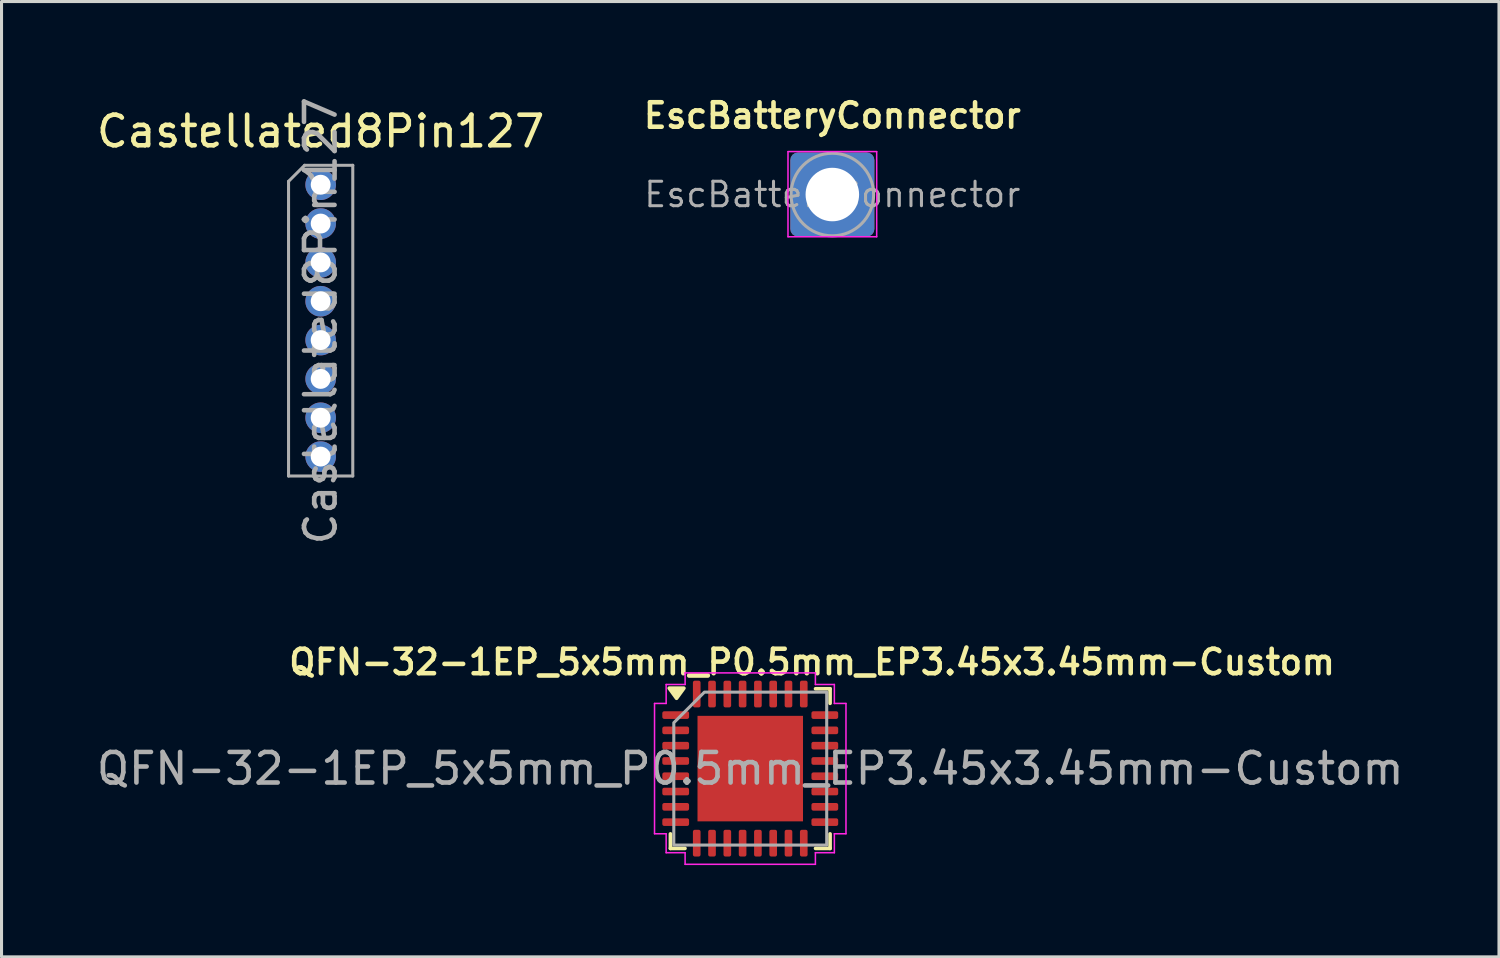
<source format=kicad_pcb>
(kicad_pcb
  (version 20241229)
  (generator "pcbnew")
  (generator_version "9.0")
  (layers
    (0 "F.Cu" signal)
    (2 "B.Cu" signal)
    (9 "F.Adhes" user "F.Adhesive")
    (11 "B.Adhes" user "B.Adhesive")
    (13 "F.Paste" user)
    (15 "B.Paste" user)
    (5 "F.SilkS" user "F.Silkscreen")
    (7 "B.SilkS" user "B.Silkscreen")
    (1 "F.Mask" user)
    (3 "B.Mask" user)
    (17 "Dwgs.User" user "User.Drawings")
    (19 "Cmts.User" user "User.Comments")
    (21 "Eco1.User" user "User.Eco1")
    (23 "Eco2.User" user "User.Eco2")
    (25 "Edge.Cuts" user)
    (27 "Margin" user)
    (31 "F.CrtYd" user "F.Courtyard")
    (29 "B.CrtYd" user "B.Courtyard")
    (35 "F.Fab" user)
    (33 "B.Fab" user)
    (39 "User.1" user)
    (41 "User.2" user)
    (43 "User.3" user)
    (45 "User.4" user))
  (footprint "EscBatteryConnector"
    (layer "F.Cu")
    (at 24.166 3.311)
    (property "Reference" "EscBatteryConnector" (at 0 -2.58 0) (layer "F.SilkS") (effects (font (size 0.8 0.8) (thickness 0.15))))
    (attr exclude_from_pos_files)
    (fp_line (start -1.45 -1.397) (end -1.45 1.38) (stroke (width 0.05) (type solid)) (layer "F.CrtYd"))
    (fp_line (start -1.45 1.38) (end 1.45 1.38) (stroke (width 0.05) (type solid)) (layer "F.CrtYd"))
    (fp_line (start 1.45 -1.405) (end -1.45 -1.405) (stroke (width 0.05) (type solid)) (layer "F.CrtYd"))
    (fp_line (start 1.45 1.38) (end 1.45 -1.4) (stroke (width 0.05) (type solid)) (layer "F.CrtYd"))
    (fp_circle (center 0 0) (end 1.35 0) (stroke (width 0.1) (type solid)) (fill no) (layer "F.Fab"))
    (fp_text user "${REFERENCE}" (at 0 0 0) (layer "F.Fab") (effects (font (size 0.8 0.8) (thickness 0.1))))
    (pad "1" thru_hole roundrect (at 0 0) (size 2.75 2.75) (drill 1.75) (layers "*.Cu" "*.Mask") (roundrect_rratio 0.091)))
  (footprint "Castellated8Pin127"
    (layer "F.Cu")
    (at 7.435 2.99)
    (property "Reference" "Castellated8Pin127" (at 0 -1.745 0) (layer "F.SilkS") (effects (font (size 1 1) (thickness 0.15))))
    (attr through_hole)
    (fp_line (start -1.05 -0.11) (end -0.525 -0.635) (stroke (width 0.1) (type solid)) (layer "F.Fab"))
    (fp_line (start -1.05 9.525) (end -1.05 -0.11) (stroke (width 0.1) (type solid)) (layer "F.Fab"))
    (fp_line (start -0.525 -0.635) (end 1.05 -0.635) (stroke (width 0.1) (type solid)) (layer "F.Fab"))
    (fp_line (start 1.05 -0.635) (end 1.05 9.525) (stroke (width 0.1) (type solid)) (layer "F.Fab"))
    (fp_line (start 1.05 9.525) (end -1.05 9.525) (stroke (width 0.1) (type solid)) (layer "F.Fab"))
    (fp_text user "${REFERENCE}" (at 0 4.445 90) (layer "F.Fab") (effects (font (size 1 1) (thickness 0.15))))
    (pad "1" thru_hole circle (at 0 0) (size 1 1) (drill 0.65) (property pad_prop_castellated) (layers "*.Cu" "*.Mask"))
    (pad "2" thru_hole circle (at 0 1.27) (size 1 1) (drill 0.65) (property pad_prop_castellated) (layers "*.Cu" "*.Mask"))
    (pad "3" thru_hole circle (at 0 2.54) (size 1 1) (drill 0.65) (property pad_prop_castellated) (layers "*.Cu" "*.Mask"))
    (pad "4" thru_hole circle (at 0 3.81) (size 1 1) (drill 0.65) (property pad_prop_castellated) (layers "*.Cu" "*.Mask"))
    (pad "5" thru_hole circle (at 0 5.08) (size 1 1) (drill 0.65) (property pad_prop_castellated) (layers "*.Cu" "*.Mask"))
    (pad "6" thru_hole circle (at 0 6.35) (size 1 1) (drill 0.65) (property pad_prop_castellated) (layers "*.Cu" "*.Mask"))
    (pad "7" thru_hole circle (at 0 7.62) (size 1 1) (drill 0.65) (property pad_prop_castellated) (layers "*.Cu" "*.Mask"))
    (pad "8" thru_hole circle (at 0 8.89) (size 1 1) (drill 0.65) (property pad_prop_castellated) (layers "*.Cu" "*.Mask")))
  (footprint "QFN-32-1EP_5x5mm_P0.5mm_EP3.45x3.45mm-Custom"
    (layer "F.Cu")
    (at 21.482 22.082)
    (property "Reference" "QFN-32-1EP_5x5mm_P0.5mm_EP3.45x3.45mm-Custom" (at 2.021 -3.482 0) (layer "F.SilkS") (effects (font (size 0.8 0.8) (thickness 0.15))))
    (attr smd)
    (fp_line (start -2.61 2.61) (end -2.61 2.135) (stroke (width 0.12) (type solid)) (layer "F.SilkS"))
    (fp_line (start -2.135 2.61) (end -2.61 2.61) (stroke (width 0.12) (type solid)) (layer "F.SilkS"))
    (fp_line (start 2.135 -2.61) (end 2.61 -2.61) (stroke (width 0.12) (type solid)) (layer "F.SilkS"))
    (fp_line (start 2.61 -2.61) (end 2.61 -2.135) (stroke (width 0.12) (type solid)) (layer "F.SilkS"))
    (fp_line (start 2.61 2.135) (end 2.61 2.61) (stroke (width 0.12) (type solid)) (layer "F.SilkS"))
    (fp_line (start 2.61 2.61) (end 2.135 2.61) (stroke (width 0.12) (type solid)) (layer "F.SilkS"))
    (fp_poly (pts (xy -2.41 -2.3) (xy -2.65 -2.63) (xy -2.17 -2.63)) (stroke (width 0.12) (type solid)) (fill yes) (layer "F.SilkS"))
    (fp_line (start -3.13 -2.13) (end -2.75 -2.13) (stroke (width 0.05) (type solid)) (layer "F.CrtYd"))
    (fp_line (start -3.13 2.13) (end -3.13 -2.13) (stroke (width 0.05) (type solid)) (layer "F.CrtYd"))
    (fp_line (start -2.75 -2.75) (end -2.13 -2.75) (stroke (width 0.05) (type solid)) (layer "F.CrtYd"))
    (fp_line (start -2.75 -2.13) (end -2.75 -2.75) (stroke (width 0.05) (type solid)) (layer "F.CrtYd"))
    (fp_line (start -2.75 2.13) (end -3.13 2.13) (stroke (width 0.05) (type solid)) (layer "F.CrtYd"))
    (fp_line (start -2.75 2.75) (end -2.75 2.13) (stroke (width 0.05) (type solid)) (layer "F.CrtYd"))
    (fp_line (start -2.13 -3.13) (end 2.13 -3.13) (stroke (width 0.05) (type solid)) (layer "F.CrtYd"))
    (fp_line (start -2.13 -2.75) (end -2.13 -3.13) (stroke (width 0.05) (type solid)) (layer "F.CrtYd"))
    (fp_line (start -2.13 2.75) (end -2.75 2.75) (stroke (width 0.05) (type solid)) (layer "F.CrtYd"))
    (fp_line (start -2.13 3.13) (end -2.13 2.75) (stroke (width 0.05) (type solid)) (layer "F.CrtYd"))
    (fp_line (start 2.13 -3.13) (end 2.13 -2.75) (stroke (width 0.05) (type solid)) (layer "F.CrtYd"))
    (fp_line (start 2.13 -2.75) (end 2.75 -2.75) (stroke (width 0.05) (type solid)) (layer "F.CrtYd"))
    (fp_line (start 2.13 2.75) (end 2.13 3.13) (stroke (width 0.05) (type solid)) (layer "F.CrtYd"))
    (fp_line (start 2.13 3.13) (end -2.13 3.13) (stroke (width 0.05) (type solid)) (layer "F.CrtYd"))
    (fp_line (start 2.75 -2.75) (end 2.75 -2.13) (stroke (width 0.05) (type solid)) (layer "F.CrtYd"))
    (fp_line (start 2.75 -2.13) (end 3.13 -2.13) (stroke (width 0.05) (type solid)) (layer "F.CrtYd"))
    (fp_line (start 2.75 2.13) (end 2.75 2.75) (stroke (width 0.05) (type solid)) (layer "F.CrtYd"))
    (fp_line (start 2.75 2.75) (end 2.13 2.75) (stroke (width 0.05) (type solid)) (layer "F.CrtYd"))
    (fp_line (start 3.13 -2.13) (end 3.13 2.13) (stroke (width 0.05) (type solid)) (layer "F.CrtYd"))
    (fp_line (start 3.13 2.13) (end 2.75 2.13) (stroke (width 0.05) (type solid)) (layer "F.CrtYd"))
    (fp_poly (pts (xy -2.5 -1.5) (xy -2.5 2.5) (xy 2.5 2.5) (xy 2.5 -2.5) (xy -1.5 -2.5)) (stroke (width 0.1) (type solid)) (fill no) (layer "F.Fab"))
    (fp_text user "${REFERENCE}" (at 0 0 0) (layer "F.Fab") (effects (font (size 1 1) (thickness 0.15))))
    (pad "" smd roundrect (at -1.15 -1.15) (size 0.93 0.93) (layers "F.Paste") (roundrect_rratio 0.25))
    (pad "" smd roundrect (at -1.15 0) (size 0.93 0.93) (layers "F.Paste") (roundrect_rratio 0.25))
    (pad "" smd roundrect (at -1.15 1.15) (size 0.93 0.93) (layers "F.Paste") (roundrect_rratio 0.25))
    (pad "" smd roundrect (at 0 -1.15) (size 0.93 0.93) (layers "F.Paste") (roundrect_rratio 0.25))
    (pad "" smd roundrect (at 0 0) (size 0.93 0.93) (layers "F.Paste") (roundrect_rratio 0.25))
    (pad "" smd roundrect (at 0 1.15) (size 0.93 0.93) (layers "F.Paste") (roundrect_rratio 0.25))
    (pad "" smd roundrect (at 1.15 -1.15) (size 0.93 0.93) (layers "F.Paste") (roundrect_rratio 0.25))
    (pad "" smd roundrect (at 1.15 0) (size 0.93 0.93) (layers "F.Paste") (roundrect_rratio 0.25))
    (pad "" smd roundrect (at 1.15 1.15) (size 0.93 0.93) (layers "F.Paste") (roundrect_rratio 0.25))
    (pad "1" smd roundrect (at -2.438 -1.75) (size 0.875 0.25) (layers "F.Cu" "F.Mask" "F.Paste") (roundrect_rratio 0.25))
    (pad "2" smd roundrect (at -2.438 -1.25) (size 0.875 0.25) (layers "F.Cu" "F.Mask" "F.Paste") (roundrect_rratio 0.25))
    (pad "3" smd roundrect (at -2.438 -0.75) (size 0.875 0.25) (layers "F.Cu" "F.Mask" "F.Paste") (roundrect_rratio 0.25))
    (pad "4" smd roundrect (at -2.438 -0.25) (size 0.875 0.25) (layers "F.Cu" "F.Mask" "F.Paste") (roundrect_rratio 0.25))
    (pad "5" smd roundrect (at -2.438 0.25) (size 0.875 0.25) (layers "F.Cu" "F.Mask" "F.Paste") (roundrect_rratio 0.25))
    (pad "6" smd roundrect (at -2.438 0.75) (size 0.875 0.25) (layers "F.Cu" "F.Mask" "F.Paste") (roundrect_rratio 0.25))
    (pad "7" smd roundrect (at -2.438 1.25) (size 0.875 0.25) (layers "F.Cu" "F.Mask" "F.Paste") (roundrect_rratio 0.25))
    (pad "8" smd roundrect (at -2.438 1.75) (size 0.875 0.25) (layers "F.Cu" "F.Mask" "F.Paste") (roundrect_rratio 0.25))
    (pad "9" smd roundrect (at -1.75 2.438) (size 0.25 0.875) (layers "F.Cu" "F.Mask" "F.Paste") (roundrect_rratio 0.25))
    (pad "10" smd roundrect (at -1.25 2.438) (size 0.25 0.875) (layers "F.Cu" "F.Mask" "F.Paste") (roundrect_rratio 0.25))
    (pad "11" smd roundrect (at -0.75 2.438) (size 0.25 0.875) (layers "F.Cu" "F.Mask" "F.Paste") (roundrect_rratio 0.25))
    (pad "12" smd roundrect (at -0.25 2.438) (size 0.25 0.875) (layers "F.Cu" "F.Mask" "F.Paste") (roundrect_rratio 0.25))
    (pad "13" smd roundrect (at 0.25 2.438) (size 0.25 0.875) (layers "F.Cu" "F.Mask" "F.Paste") (roundrect_rratio 0.25))
    (pad "14" smd roundrect (at 0.75 2.438) (size 0.25 0.875) (layers "F.Cu" "F.Mask" "F.Paste") (roundrect_rratio 0.25))
    (pad "15" smd roundrect (at 1.25 2.438) (size 0.25 0.875) (layers "F.Cu" "F.Mask" "F.Paste") (roundrect_rratio 0.25))
    (pad "16" smd roundrect (at 1.75 2.438) (size 0.25 0.875) (layers "F.Cu" "F.Mask" "F.Paste") (roundrect_rratio 0.25))
    (pad "17" smd roundrect (at 2.438 1.75) (size 0.875 0.25) (layers "F.Cu" "F.Mask" "F.Paste") (roundrect_rratio 0.25))
    (pad "18" smd roundrect (at 2.438 1.25) (size 0.875 0.25) (layers "F.Cu" "F.Mask" "F.Paste") (roundrect_rratio 0.25))
    (pad "19" smd roundrect (at 2.438 0.75) (size 0.875 0.25) (layers "F.Cu" "F.Mask" "F.Paste") (roundrect_rratio 0.25))
    (pad "20" smd roundrect (at 2.438 0.25) (size 0.875 0.25) (layers "F.Cu" "F.Mask" "F.Paste") (roundrect_rratio 0.25))
    (pad "21" smd roundrect (at 2.438 -0.25) (size 0.875 0.25) (layers "F.Cu" "F.Mask" "F.Paste") (roundrect_rratio 0.25))
    (pad "22" smd roundrect (at 2.438 -0.75) (size 0.875 0.25) (layers "F.Cu" "F.Mask" "F.Paste") (roundrect_rratio 0.25))
    (pad "23" smd roundrect (at 2.438 -1.25) (size 0.875 0.25) (layers "F.Cu" "F.Mask" "F.Paste") (roundrect_rratio 0.25))
    (pad "24" smd roundrect (at 2.438 -1.75) (size 0.875 0.25) (layers "F.Cu" "F.Mask" "F.Paste") (roundrect_rratio 0.25))
    (pad "25" smd roundrect (at 1.75 -2.438) (size 0.25 0.875) (layers "F.Cu" "F.Mask" "F.Paste") (roundrect_rratio 0.25))
    (pad "26" smd roundrect (at 1.25 -2.438) (size 0.25 0.875) (layers "F.Cu" "F.Mask" "F.Paste") (roundrect_rratio 0.25))
    (pad "27" smd roundrect (at 0.75 -2.438) (size 0.25 0.875) (layers "F.Cu" "F.Mask" "F.Paste") (roundrect_rratio 0.25))
    (pad "28" smd roundrect (at 0.25 -2.438) (size 0.25 0.875) (layers "F.Cu" "F.Mask" "F.Paste") (roundrect_rratio 0.25))
    (pad "29" smd roundrect (at -0.25 -2.438) (size 0.25 0.875) (layers "F.Cu" "F.Mask" "F.Paste") (roundrect_rratio 0.25))
    (pad "30" smd roundrect (at -0.75 -2.438) (size 0.25 0.875) (layers "F.Cu" "F.Mask" "F.Paste") (roundrect_rratio 0.25))
    (pad "31" smd roundrect (at -1.25 -2.438) (size 0.25 0.875) (layers "F.Cu" "F.Mask" "F.Paste") (roundrect_rratio 0.25))
    (pad "32" smd roundrect (at -1.75 -2.438) (size 0.25 0.875) (layers "F.Cu" "F.Mask" "F.Paste") (roundrect_rratio 0.25))
    (pad "33" smd rect (at 0 0) (size 3.45 3.45) (property pad_prop_heatsink) (layers "F.Cu" "F.Mask")))
  (gr_rect
    (start -3 -3)
    (end 45.964 28.237)
    (stroke (width 0.1) (type default))
    (fill no)
    (layer "Edge.Cuts")))
</source>
